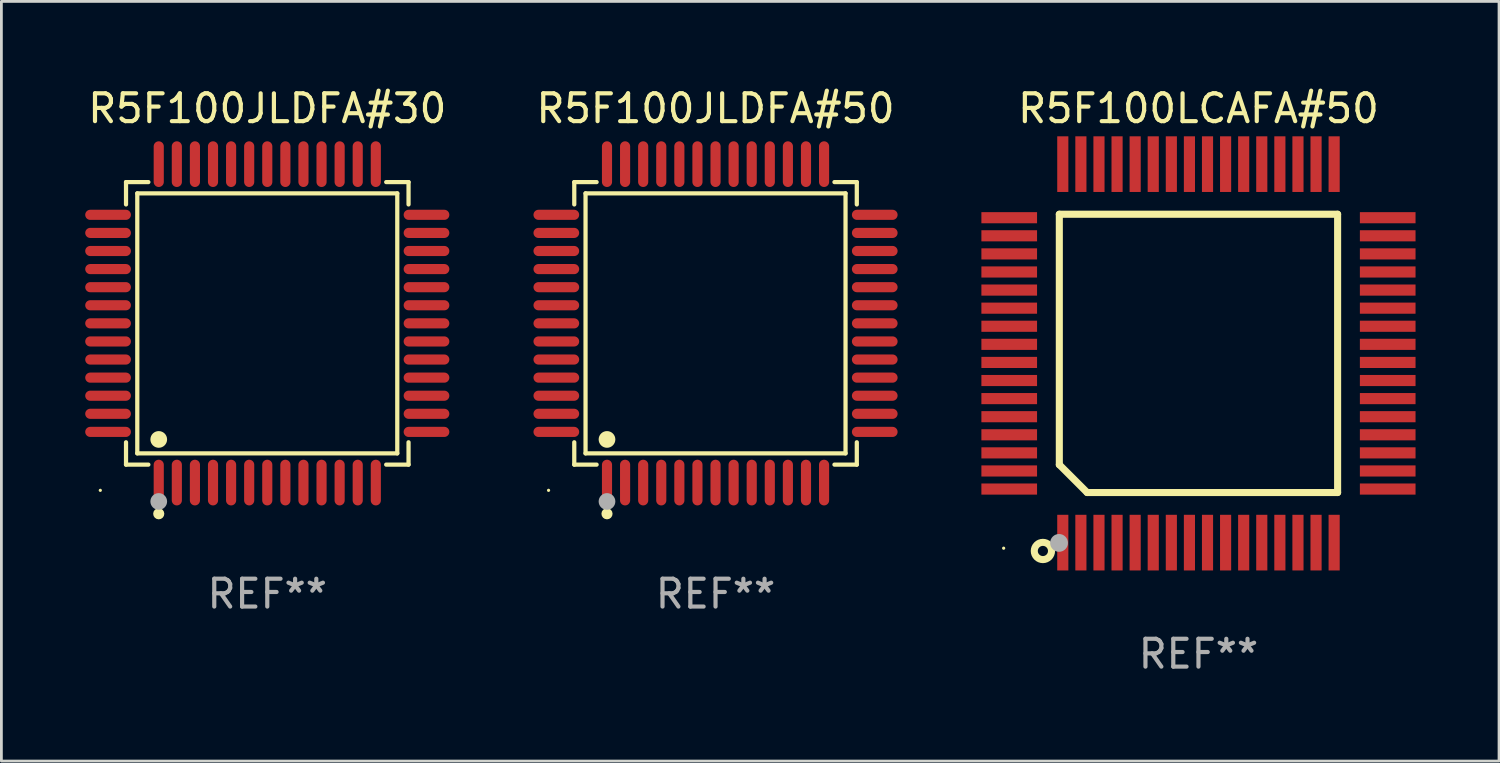
<source format=kicad_pcb>
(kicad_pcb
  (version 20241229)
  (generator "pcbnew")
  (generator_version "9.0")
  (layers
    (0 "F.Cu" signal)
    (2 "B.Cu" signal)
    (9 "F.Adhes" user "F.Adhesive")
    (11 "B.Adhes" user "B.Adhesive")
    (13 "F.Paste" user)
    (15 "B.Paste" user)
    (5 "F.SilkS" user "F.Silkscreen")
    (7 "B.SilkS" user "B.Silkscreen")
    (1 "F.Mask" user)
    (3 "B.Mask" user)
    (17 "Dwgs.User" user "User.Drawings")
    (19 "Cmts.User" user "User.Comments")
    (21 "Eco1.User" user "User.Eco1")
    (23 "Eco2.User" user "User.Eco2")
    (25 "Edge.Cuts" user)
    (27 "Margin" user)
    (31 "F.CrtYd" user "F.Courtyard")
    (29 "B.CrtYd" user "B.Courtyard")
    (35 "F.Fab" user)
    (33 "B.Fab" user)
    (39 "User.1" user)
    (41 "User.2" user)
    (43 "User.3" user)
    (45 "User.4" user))
  (footprint "R5F100LCAFA#50"
    (layer "F.Cu")
    (at 40.014 9.648)
    (property "Reference" "R5F100LCAFA#50" (at 0 -8.8 0) (layer "F.SilkS") (effects (font (size 1 1) (thickness 0.15))))
    (attr through_hole)
    (fp_line (start -5 -5) (end 5 -5) (stroke (width 0.254) (type solid)) (layer "F.SilkS"))
    (fp_line (start -5 4) (end -5 -5) (stroke (width 0.254) (type solid)) (layer "F.SilkS"))
    (fp_line (start -4 5) (end -5 4) (stroke (width 0.254) (type solid)) (layer "F.SilkS"))
    (fp_line (start 5 -5) (end 5 5) (stroke (width 0.254) (type solid)) (layer "F.SilkS"))
    (fp_line (start 5 5) (end -4 5) (stroke (width 0.254) (type solid)) (layer "F.SilkS"))
    (fp_circle (center -7 7) (end -6.97 7) (stroke (width 0.06) (type solid)) (fill no) (layer "F.SilkS"))
    (fp_circle (center -5.59 7.1) (end -5.28 7.1) (stroke (width 0.254) (type solid)) (fill no) (layer "F.SilkS"))
    (fp_circle (center -5.01 6.81) (end -4.85 6.81) (stroke (width 0.32) (type solid)) (fill no) (layer "F.Fab"))
    (fp_text user "REF**" (at 0 10.8 0) (layer "F.Fab") (effects (font (size 1 1) (thickness 0.15))))
    (pad "1" smd rect (at -4.875 6.8) (size 0.4 2) (layers "F.Cu" "F.Mask" "F.Paste"))
    (pad "2" smd rect (at -4.225 6.8) (size 0.4 2) (layers "F.Cu" "F.Mask" "F.Paste"))
    (pad "3" smd rect (at -3.575 6.8) (size 0.4 2) (layers "F.Cu" "F.Mask" "F.Paste"))
    (pad "4" smd rect (at -2.925 6.8) (size 0.4 2) (layers "F.Cu" "F.Mask" "F.Paste"))
    (pad "5" smd rect (at -2.275 6.8) (size 0.4 2) (layers "F.Cu" "F.Mask" "F.Paste"))
    (pad "6" smd rect (at -1.625 6.8) (size 0.4 2) (layers "F.Cu" "F.Mask" "F.Paste"))
    (pad "7" smd rect (at -0.975 6.8) (size 0.4 2) (layers "F.Cu" "F.Mask" "F.Paste"))
    (pad "8" smd rect (at -0.325 6.8) (size 0.4 2) (layers "F.Cu" "F.Mask" "F.Paste"))
    (pad "9" smd rect (at 0.325 6.8) (size 0.4 2) (layers "F.Cu" "F.Mask" "F.Paste"))
    (pad "10" smd rect (at 0.975 6.8) (size 0.4 2) (layers "F.Cu" "F.Mask" "F.Paste"))
    (pad "11" smd rect (at 1.625 6.8) (size 0.4 2) (layers "F.Cu" "F.Mask" "F.Paste"))
    (pad "12" smd rect (at 2.275 6.8) (size 0.4 2) (layers "F.Cu" "F.Mask" "F.Paste"))
    (pad "13" smd rect (at 2.925 6.8) (size 0.4 2) (layers "F.Cu" "F.Mask" "F.Paste"))
    (pad "14" smd rect (at 3.575 6.8) (size 0.4 2) (layers "F.Cu" "F.Mask" "F.Paste"))
    (pad "15" smd rect (at 4.225 6.8) (size 0.4 2) (layers "F.Cu" "F.Mask" "F.Paste"))
    (pad "16" smd rect (at 4.875 6.8) (size 0.4 2) (layers "F.Cu" "F.Mask" "F.Paste"))
    (pad "17" smd rect (at 6.8 4.875) (size 2 0.4) (layers "F.Cu" "F.Mask" "F.Paste"))
    (pad "18" smd rect (at 6.8 4.225) (size 2 0.4) (layers "F.Cu" "F.Mask" "F.Paste"))
    (pad "19" smd rect (at 6.8 3.575) (size 2 0.4) (layers "F.Cu" "F.Mask" "F.Paste"))
    (pad "20" smd rect (at 6.8 2.925) (size 2 0.4) (layers "F.Cu" "F.Mask" "F.Paste"))
    (pad "21" smd rect (at 6.8 2.275) (size 2 0.4) (layers "F.Cu" "F.Mask" "F.Paste"))
    (pad "22" smd rect (at 6.8 1.625) (size 2 0.4) (layers "F.Cu" "F.Mask" "F.Paste"))
    (pad "23" smd rect (at 6.8 0.975) (size 2 0.4) (layers "F.Cu" "F.Mask" "F.Paste"))
    (pad "24" smd rect (at 6.8 0.325) (size 2 0.4) (layers "F.Cu" "F.Mask" "F.Paste"))
    (pad "25" smd rect (at 6.8 -0.325) (size 2 0.4) (layers "F.Cu" "F.Mask" "F.Paste"))
    (pad "26" smd rect (at 6.8 -0.975) (size 2 0.4) (layers "F.Cu" "F.Mask" "F.Paste"))
    (pad "27" smd rect (at 6.8 -1.625) (size 2 0.4) (layers "F.Cu" "F.Mask" "F.Paste"))
    (pad "28" smd rect (at 6.8 -2.275) (size 2 0.4) (layers "F.Cu" "F.Mask" "F.Paste"))
    (pad "29" smd rect (at 6.8 -2.925) (size 2 0.4) (layers "F.Cu" "F.Mask" "F.Paste"))
    (pad "30" smd rect (at 6.8 -3.575) (size 2 0.4) (layers "F.Cu" "F.Mask" "F.Paste"))
    (pad "31" smd rect (at 6.8 -4.225) (size 2 0.4) (layers "F.Cu" "F.Mask" "F.Paste"))
    (pad "32" smd rect (at 6.8 -4.875) (size 2 0.4) (layers "F.Cu" "F.Mask" "F.Paste"))
    (pad "33" smd rect (at 4.875 -6.8) (size 0.4 2) (layers "F.Cu" "F.Mask" "F.Paste"))
    (pad "34" smd rect (at 4.225 -6.8) (size 0.4 2) (layers "F.Cu" "F.Mask" "F.Paste"))
    (pad "35" smd rect (at 3.575 -6.8) (size 0.4 2) (layers "F.Cu" "F.Mask" "F.Paste"))
    (pad "36" smd rect (at 2.925 -6.8) (size 0.4 2) (layers "F.Cu" "F.Mask" "F.Paste"))
    (pad "37" smd rect (at 2.275 -6.8) (size 0.4 2) (layers "F.Cu" "F.Mask" "F.Paste"))
    (pad "38" smd rect (at 1.625 -6.8) (size 0.4 2) (layers "F.Cu" "F.Mask" "F.Paste"))
    (pad "39" smd rect (at 0.975 -6.8) (size 0.4 2) (layers "F.Cu" "F.Mask" "F.Paste"))
    (pad "40" smd rect (at 0.325 -6.8) (size 0.4 2) (layers "F.Cu" "F.Mask" "F.Paste"))
    (pad "41" smd rect (at -0.325 -6.8) (size 0.4 2) (layers "F.Cu" "F.Mask" "F.Paste"))
    (pad "42" smd rect (at -0.975 -6.8) (size 0.4 2) (layers "F.Cu" "F.Mask" "F.Paste"))
    (pad "43" smd rect (at -1.625 -6.8) (size 0.4 2) (layers "F.Cu" "F.Mask" "F.Paste"))
    (pad "44" smd rect (at -2.275 -6.8) (size 0.4 2) (layers "F.Cu" "F.Mask" "F.Paste"))
    (pad "45" smd rect (at -2.925 -6.8) (size 0.4 2) (layers "F.Cu" "F.Mask" "F.Paste"))
    (pad "46" smd rect (at -3.575 -6.8) (size 0.4 2) (layers "F.Cu" "F.Mask" "F.Paste"))
    (pad "47" smd rect (at -4.225 -6.8) (size 0.4 2) (layers "F.Cu" "F.Mask" "F.Paste"))
    (pad "48" smd rect (at -4.875 -6.8) (size 0.4 2) (layers "F.Cu" "F.Mask" "F.Paste"))
    (pad "49" smd rect (at -6.8 -4.875) (size 2 0.4) (layers "F.Cu" "F.Mask" "F.Paste"))
    (pad "50" smd rect (at -6.8 -4.225) (size 2 0.4) (layers "F.Cu" "F.Mask" "F.Paste"))
    (pad "51" smd rect (at -6.8 -3.575) (size 2 0.4) (layers "F.Cu" "F.Mask" "F.Paste"))
    (pad "52" smd rect (at -6.8 -2.925) (size 2 0.4) (layers "F.Cu" "F.Mask" "F.Paste"))
    (pad "53" smd rect (at -6.8 -2.275) (size 2 0.4) (layers "F.Cu" "F.Mask" "F.Paste"))
    (pad "54" smd rect (at -6.8 -1.625) (size 2 0.4) (layers "F.Cu" "F.Mask" "F.Paste"))
    (pad "55" smd rect (at -6.8 -0.975) (size 2 0.4) (layers "F.Cu" "F.Mask" "F.Paste"))
    (pad "56" smd rect (at -6.8 -0.325) (size 2 0.4) (layers "F.Cu" "F.Mask" "F.Paste"))
    (pad "57" smd rect (at -6.8 0.325) (size 2 0.4) (layers "F.Cu" "F.Mask" "F.Paste"))
    (pad "58" smd rect (at -6.8 0.975) (size 2 0.4) (layers "F.Cu" "F.Mask" "F.Paste"))
    (pad "59" smd rect (at -6.8 1.625) (size 2 0.4) (layers "F.Cu" "F.Mask" "F.Paste"))
    (pad "60" smd rect (at -6.8 2.275) (size 2 0.4) (layers "F.Cu" "F.Mask" "F.Paste"))
    (pad "61" smd rect (at -6.8 2.925) (size 2 0.4) (layers "F.Cu" "F.Mask" "F.Paste"))
    (pad "62" smd rect (at -6.8 3.575) (size 2 0.4) (layers "F.Cu" "F.Mask" "F.Paste"))
    (pad "63" smd rect (at -6.8 4.225) (size 2 0.4) (layers "F.Cu" "F.Mask" "F.Paste"))
    (pad "64" smd rect (at -6.8 4.875) (size 2 0.4) (layers "F.Cu" "F.Mask" "F.Paste")))
  (footprint "R5F100JLDFA#50"
    (layer "F.Cu")
    (at 22.661 8.569)
    (property "Reference" "R5F100JLDFA#50" (at 0 -7.721 0) (layer "F.SilkS") (effects (font (size 1 1) (thickness 0.15))))
    (attr through_hole)
    (fp_line (start -5.076 -5.076) (end -4.273 -5.076) (stroke (width 0.152) (type solid)) (layer "F.SilkS"))
    (fp_line (start -5.076 -4.273) (end -5.076 -5.076) (stroke (width 0.152) (type solid)) (layer "F.SilkS"))
    (fp_line (start -5.076 4.273) (end -5.076 5.076) (stroke (width 0.152) (type solid)) (layer "F.SilkS"))
    (fp_line (start -5.076 5.076) (end -4.273 5.076) (stroke (width 0.152) (type solid)) (layer "F.SilkS"))
    (fp_line (start -4.671 -4.671) (end 4.671 -4.671) (stroke (width 0.152) (type solid)) (layer "F.SilkS"))
    (fp_line (start -4.671 4.671) (end -4.671 -4.671) (stroke (width 0.152) (type solid)) (layer "F.SilkS"))
    (fp_line (start 4.671 -4.671) (end 4.671 4.671) (stroke (width 0.152) (type solid)) (layer "F.SilkS"))
    (fp_line (start 4.671 4.671) (end -4.671 4.671) (stroke (width 0.152) (type solid)) (layer "F.SilkS"))
    (fp_line (start 5.076 -5.076) (end 4.273 -5.076) (stroke (width 0.152) (type solid)) (layer "F.SilkS"))
    (fp_line (start 5.076 -4.273) (end 5.076 -5.076) (stroke (width 0.152) (type solid)) (layer "F.SilkS"))
    (fp_line (start 5.076 4.273) (end 5.076 5.076) (stroke (width 0.152) (type solid)) (layer "F.SilkS"))
    (fp_line (start 5.076 5.076) (end 4.273 5.076) (stroke (width 0.152) (type solid)) (layer "F.SilkS"))
    (fp_circle (center -6 6) (end -5.97 6) (stroke (width 0.06) (type solid)) (fill no) (layer "F.SilkS"))
    (fp_circle (center -3.9 4.171) (end -3.75 4.171) (stroke (width 0.3) (type solid)) (fill no) (layer "F.SilkS"))
    (fp_circle (center -3.9 6.842) (end -3.8 6.842) (stroke (width 0.2) (type solid)) (fill no) (layer "F.SilkS"))
    (fp_circle (center -3.9 6.4) (end -3.75 6.4) (stroke (width 0.3) (type solid)) (fill no) (layer "F.Fab"))
    (fp_text user "REF**" (at 0 9.721 0) (layer "F.Fab") (effects (font (size 1 1) (thickness 0.15))))
    (pad "1" smd oval (at -3.9 5.721) (size 0.364 1.642) (layers "F.Cu" "F.Mask" "F.Paste"))
    (pad "2" smd oval (at -3.25 5.721) (size 0.364 1.642) (layers "F.Cu" "F.Mask" "F.Paste"))
    (pad "3" smd oval (at -2.6 5.721) (size 0.364 1.642) (layers "F.Cu" "F.Mask" "F.Paste"))
    (pad "4" smd oval (at -1.95 5.721) (size 0.364 1.642) (layers "F.Cu" "F.Mask" "F.Paste"))
    (pad "5" smd oval (at -1.3 5.721) (size 0.364 1.642) (layers "F.Cu" "F.Mask" "F.Paste"))
    (pad "6" smd oval (at -0.65 5.721) (size 0.364 1.642) (layers "F.Cu" "F.Mask" "F.Paste"))
    (pad "7" smd oval (at 0 5.721) (size 0.364 1.642) (layers "F.Cu" "F.Mask" "F.Paste"))
    (pad "8" smd oval (at 0.65 5.721) (size 0.364 1.642) (layers "F.Cu" "F.Mask" "F.Paste"))
    (pad "9" smd oval (at 1.3 5.721) (size 0.364 1.642) (layers "F.Cu" "F.Mask" "F.Paste"))
    (pad "10" smd oval (at 1.95 5.721) (size 0.364 1.642) (layers "F.Cu" "F.Mask" "F.Paste"))
    (pad "11" smd oval (at 2.6 5.721) (size 0.364 1.642) (layers "F.Cu" "F.Mask" "F.Paste"))
    (pad "12" smd oval (at 3.25 5.721) (size 0.364 1.642) (layers "F.Cu" "F.Mask" "F.Paste"))
    (pad "13" smd oval (at 3.9 5.721) (size 0.364 1.642) (layers "F.Cu" "F.Mask" "F.Paste"))
    (pad "14" smd oval (at 5.721 3.9) (size 1.642 0.364) (layers "F.Cu" "F.Mask" "F.Paste"))
    (pad "15" smd oval (at 5.721 3.25) (size 1.642 0.364) (layers "F.Cu" "F.Mask" "F.Paste"))
    (pad "16" smd oval (at 5.721 2.6) (size 1.642 0.364) (layers "F.Cu" "F.Mask" "F.Paste"))
    (pad "17" smd oval (at 5.721 1.95) (size 1.642 0.364) (layers "F.Cu" "F.Mask" "F.Paste"))
    (pad "18" smd oval (at 5.721 1.3) (size 1.642 0.364) (layers "F.Cu" "F.Mask" "F.Paste"))
    (pad "19" smd oval (at 5.721 0.65) (size 1.642 0.364) (layers "F.Cu" "F.Mask" "F.Paste"))
    (pad "20" smd oval (at 5.721 0) (size 1.642 0.364) (layers "F.Cu" "F.Mask" "F.Paste"))
    (pad "21" smd oval (at 5.721 -0.65) (size 1.642 0.364) (layers "F.Cu" "F.Mask" "F.Paste"))
    (pad "22" smd oval (at 5.721 -1.3) (size 1.642 0.364) (layers "F.Cu" "F.Mask" "F.Paste"))
    (pad "23" smd oval (at 5.721 -1.95) (size 1.642 0.364) (layers "F.Cu" "F.Mask" "F.Paste"))
    (pad "24" smd oval (at 5.721 -2.6) (size 1.642 0.364) (layers "F.Cu" "F.Mask" "F.Paste"))
    (pad "25" smd oval (at 5.721 -3.25) (size 1.642 0.364) (layers "F.Cu" "F.Mask" "F.Paste"))
    (pad "26" smd oval (at 5.721 -3.9) (size 1.642 0.364) (layers "F.Cu" "F.Mask" "F.Paste"))
    (pad "27" smd oval (at 3.9 -5.721) (size 0.364 1.642) (layers "F.Cu" "F.Mask" "F.Paste"))
    (pad "28" smd oval (at 3.25 -5.721) (size 0.364 1.642) (layers "F.Cu" "F.Mask" "F.Paste"))
    (pad "29" smd oval (at 2.6 -5.721) (size 0.364 1.642) (layers "F.Cu" "F.Mask" "F.Paste"))
    (pad "30" smd oval (at 1.95 -5.721) (size 0.364 1.642) (layers "F.Cu" "F.Mask" "F.Paste"))
    (pad "31" smd oval (at 1.3 -5.721) (size 0.364 1.642) (layers "F.Cu" "F.Mask" "F.Paste"))
    (pad "32" smd oval (at 0.65 -5.721) (size 0.364 1.642) (layers "F.Cu" "F.Mask" "F.Paste"))
    (pad "33" smd oval (at 0 -5.721) (size 0.364 1.642) (layers "F.Cu" "F.Mask" "F.Paste"))
    (pad "34" smd oval (at -0.65 -5.721) (size 0.364 1.642) (layers "F.Cu" "F.Mask" "F.Paste"))
    (pad "35" smd oval (at -1.3 -5.721) (size 0.364 1.642) (layers "F.Cu" "F.Mask" "F.Paste"))
    (pad "36" smd oval (at -1.95 -5.721) (size 0.364 1.642) (layers "F.Cu" "F.Mask" "F.Paste"))
    (pad "37" smd oval (at -2.6 -5.721) (size 0.364 1.642) (layers "F.Cu" "F.Mask" "F.Paste"))
    (pad "38" smd oval (at -3.25 -5.721) (size 0.364 1.642) (layers "F.Cu" "F.Mask" "F.Paste"))
    (pad "39" smd oval (at -3.9 -5.721) (size 0.364 1.642) (layers "F.Cu" "F.Mask" "F.Paste"))
    (pad "40" smd oval (at -5.721 -3.9) (size 1.642 0.364) (layers "F.Cu" "F.Mask" "F.Paste"))
    (pad "41" smd oval (at -5.721 -3.25) (size 1.642 0.364) (layers "F.Cu" "F.Mask" "F.Paste"))
    (pad "42" smd oval (at -5.721 -2.6) (size 1.642 0.364) (layers "F.Cu" "F.Mask" "F.Paste"))
    (pad "43" smd oval (at -5.721 -1.95) (size 1.642 0.364) (layers "F.Cu" "F.Mask" "F.Paste"))
    (pad "44" smd oval (at -5.721 -1.3) (size 1.642 0.364) (layers "F.Cu" "F.Mask" "F.Paste"))
    (pad "45" smd oval (at -5.721 -0.65) (size 1.642 0.364) (layers "F.Cu" "F.Mask" "F.Paste"))
    (pad "46" smd oval (at -5.721 0) (size 1.642 0.364) (layers "F.Cu" "F.Mask" "F.Paste"))
    (pad "47" smd oval (at -5.721 0.65) (size 1.642 0.364) (layers "F.Cu" "F.Mask" "F.Paste"))
    (pad "48" smd oval (at -5.721 1.3) (size 1.642 0.364) (layers "F.Cu" "F.Mask" "F.Paste"))
    (pad "49" smd oval (at -5.721 1.95) (size 1.642 0.364) (layers "F.Cu" "F.Mask" "F.Paste"))
    (pad "50" smd oval (at -5.721 2.6) (size 1.642 0.364) (layers "F.Cu" "F.Mask" "F.Paste"))
    (pad "51" smd oval (at -5.721 3.25) (size 1.642 0.364) (layers "F.Cu" "F.Mask" "F.Paste"))
    (pad "52" smd oval (at -5.721 3.9) (size 1.642 0.364) (layers "F.Cu" "F.Mask" "F.Paste")))
  (footprint "R5F100JLDFA#30"
    (layer "F.Cu")
    (at 6.554 8.569)
    (property "Reference" "R5F100JLDFA#30" (at 0 -7.721 0) (layer "F.SilkS") (effects (font (size 1 1) (thickness 0.15))))
    (attr through_hole)
    (fp_line (start -5.076 -5.076) (end -4.273 -5.076) (stroke (width 0.152) (type solid)) (layer "F.SilkS"))
    (fp_line (start -5.076 -4.273) (end -5.076 -5.076) (stroke (width 0.152) (type solid)) (layer "F.SilkS"))
    (fp_line (start -5.076 4.273) (end -5.076 5.076) (stroke (width 0.152) (type solid)) (layer "F.SilkS"))
    (fp_line (start -5.076 5.076) (end -4.273 5.076) (stroke (width 0.152) (type solid)) (layer "F.SilkS"))
    (fp_line (start -4.671 -4.671) (end 4.671 -4.671) (stroke (width 0.152) (type solid)) (layer "F.SilkS"))
    (fp_line (start -4.671 4.671) (end -4.671 -4.671) (stroke (width 0.152) (type solid)) (layer "F.SilkS"))
    (fp_line (start 4.671 -4.671) (end 4.671 4.671) (stroke (width 0.152) (type solid)) (layer "F.SilkS"))
    (fp_line (start 4.671 4.671) (end -4.671 4.671) (stroke (width 0.152) (type solid)) (layer "F.SilkS"))
    (fp_line (start 5.076 -5.076) (end 4.273 -5.076) (stroke (width 0.152) (type solid)) (layer "F.SilkS"))
    (fp_line (start 5.076 -4.273) (end 5.076 -5.076) (stroke (width 0.152) (type solid)) (layer "F.SilkS"))
    (fp_line (start 5.076 4.273) (end 5.076 5.076) (stroke (width 0.152) (type solid)) (layer "F.SilkS"))
    (fp_line (start 5.076 5.076) (end 4.273 5.076) (stroke (width 0.152) (type solid)) (layer "F.SilkS"))
    (fp_circle (center -6 6) (end -5.97 6) (stroke (width 0.06) (type solid)) (fill no) (layer "F.SilkS"))
    (fp_circle (center -3.9 4.171) (end -3.75 4.171) (stroke (width 0.3) (type solid)) (fill no) (layer "F.SilkS"))
    (fp_circle (center -3.9 6.842) (end -3.8 6.842) (stroke (width 0.2) (type solid)) (fill no) (layer "F.SilkS"))
    (fp_circle (center -3.9 6.4) (end -3.75 6.4) (stroke (width 0.3) (type solid)) (fill no) (layer "F.Fab"))
    (fp_text user "REF**" (at 0 9.721 0) (layer "F.Fab") (effects (font (size 1 1) (thickness 0.15))))
    (pad "1" smd oval (at -3.9 5.721) (size 0.364 1.642) (layers "F.Cu" "F.Mask" "F.Paste"))
    (pad "2" smd oval (at -3.25 5.721) (size 0.364 1.642) (layers "F.Cu" "F.Mask" "F.Paste"))
    (pad "3" smd oval (at -2.6 5.721) (size 0.364 1.642) (layers "F.Cu" "F.Mask" "F.Paste"))
    (pad "4" smd oval (at -1.95 5.721) (size 0.364 1.642) (layers "F.Cu" "F.Mask" "F.Paste"))
    (pad "5" smd oval (at -1.3 5.721) (size 0.364 1.642) (layers "F.Cu" "F.Mask" "F.Paste"))
    (pad "6" smd oval (at -0.65 5.721) (size 0.364 1.642) (layers "F.Cu" "F.Mask" "F.Paste"))
    (pad "7" smd oval (at 0 5.721) (size 0.364 1.642) (layers "F.Cu" "F.Mask" "F.Paste"))
    (pad "8" smd oval (at 0.65 5.721) (size 0.364 1.642) (layers "F.Cu" "F.Mask" "F.Paste"))
    (pad "9" smd oval (at 1.3 5.721) (size 0.364 1.642) (layers "F.Cu" "F.Mask" "F.Paste"))
    (pad "10" smd oval (at 1.95 5.721) (size 0.364 1.642) (layers "F.Cu" "F.Mask" "F.Paste"))
    (pad "11" smd oval (at 2.6 5.721) (size 0.364 1.642) (layers "F.Cu" "F.Mask" "F.Paste"))
    (pad "12" smd oval (at 3.25 5.721) (size 0.364 1.642) (layers "F.Cu" "F.Mask" "F.Paste"))
    (pad "13" smd oval (at 3.9 5.721) (size 0.364 1.642) (layers "F.Cu" "F.Mask" "F.Paste"))
    (pad "14" smd oval (at 5.721 3.9) (size 1.642 0.364) (layers "F.Cu" "F.Mask" "F.Paste"))
    (pad "15" smd oval (at 5.721 3.25) (size 1.642 0.364) (layers "F.Cu" "F.Mask" "F.Paste"))
    (pad "16" smd oval (at 5.721 2.6) (size 1.642 0.364) (layers "F.Cu" "F.Mask" "F.Paste"))
    (pad "17" smd oval (at 5.721 1.95) (size 1.642 0.364) (layers "F.Cu" "F.Mask" "F.Paste"))
    (pad "18" smd oval (at 5.721 1.3) (size 1.642 0.364) (layers "F.Cu" "F.Mask" "F.Paste"))
    (pad "19" smd oval (at 5.721 0.65) (size 1.642 0.364) (layers "F.Cu" "F.Mask" "F.Paste"))
    (pad "20" smd oval (at 5.721 0) (size 1.642 0.364) (layers "F.Cu" "F.Mask" "F.Paste"))
    (pad "21" smd oval (at 5.721 -0.65) (size 1.642 0.364) (layers "F.Cu" "F.Mask" "F.Paste"))
    (pad "22" smd oval (at 5.721 -1.3) (size 1.642 0.364) (layers "F.Cu" "F.Mask" "F.Paste"))
    (pad "23" smd oval (at 5.721 -1.95) (size 1.642 0.364) (layers "F.Cu" "F.Mask" "F.Paste"))
    (pad "24" smd oval (at 5.721 -2.6) (size 1.642 0.364) (layers "F.Cu" "F.Mask" "F.Paste"))
    (pad "25" smd oval (at 5.721 -3.25) (size 1.642 0.364) (layers "F.Cu" "F.Mask" "F.Paste"))
    (pad "26" smd oval (at 5.721 -3.9) (size 1.642 0.364) (layers "F.Cu" "F.Mask" "F.Paste"))
    (pad "27" smd oval (at 3.9 -5.721) (size 0.364 1.642) (layers "F.Cu" "F.Mask" "F.Paste"))
    (pad "28" smd oval (at 3.25 -5.721) (size 0.364 1.642) (layers "F.Cu" "F.Mask" "F.Paste"))
    (pad "29" smd oval (at 2.6 -5.721) (size 0.364 1.642) (layers "F.Cu" "F.Mask" "F.Paste"))
    (pad "30" smd oval (at 1.95 -5.721) (size 0.364 1.642) (layers "F.Cu" "F.Mask" "F.Paste"))
    (pad "31" smd oval (at 1.3 -5.721) (size 0.364 1.642) (layers "F.Cu" "F.Mask" "F.Paste"))
    (pad "32" smd oval (at 0.65 -5.721) (size 0.364 1.642) (layers "F.Cu" "F.Mask" "F.Paste"))
    (pad "33" smd oval (at 0 -5.721) (size 0.364 1.642) (layers "F.Cu" "F.Mask" "F.Paste"))
    (pad "34" smd oval (at -0.65 -5.721) (size 0.364 1.642) (layers "F.Cu" "F.Mask" "F.Paste"))
    (pad "35" smd oval (at -1.3 -5.721) (size 0.364 1.642) (layers "F.Cu" "F.Mask" "F.Paste"))
    (pad "36" smd oval (at -1.95 -5.721) (size 0.364 1.642) (layers "F.Cu" "F.Mask" "F.Paste"))
    (pad "37" smd oval (at -2.6 -5.721) (size 0.364 1.642) (layers "F.Cu" "F.Mask" "F.Paste"))
    (pad "38" smd oval (at -3.25 -5.721) (size 0.364 1.642) (layers "F.Cu" "F.Mask" "F.Paste"))
    (pad "39" smd oval (at -3.9 -5.721) (size 0.364 1.642) (layers "F.Cu" "F.Mask" "F.Paste"))
    (pad "40" smd oval (at -5.721 -3.9) (size 1.642 0.364) (layers "F.Cu" "F.Mask" "F.Paste"))
    (pad "41" smd oval (at -5.721 -3.25) (size 1.642 0.364) (layers "F.Cu" "F.Mask" "F.Paste"))
    (pad "42" smd oval (at -5.721 -2.6) (size 1.642 0.364) (layers "F.Cu" "F.Mask" "F.Paste"))
    (pad "43" smd oval (at -5.721 -1.95) (size 1.642 0.364) (layers "F.Cu" "F.Mask" "F.Paste"))
    (pad "44" smd oval (at -5.721 -1.3) (size 1.642 0.364) (layers "F.Cu" "F.Mask" "F.Paste"))
    (pad "45" smd oval (at -5.721 -0.65) (size 1.642 0.364) (layers "F.Cu" "F.Mask" "F.Paste"))
    (pad "46" smd oval (at -5.721 0) (size 1.642 0.364) (layers "F.Cu" "F.Mask" "F.Paste"))
    (pad "47" smd oval (at -5.721 0.65) (size 1.642 0.364) (layers "F.Cu" "F.Mask" "F.Paste"))
    (pad "48" smd oval (at -5.721 1.3) (size 1.642 0.364) (layers "F.Cu" "F.Mask" "F.Paste"))
    (pad "49" smd oval (at -5.721 1.95) (size 1.642 0.364) (layers "F.Cu" "F.Mask" "F.Paste"))
    (pad "50" smd oval (at -5.721 2.6) (size 1.642 0.364) (layers "F.Cu" "F.Mask" "F.Paste"))
    (pad "51" smd oval (at -5.721 3.25) (size 1.642 0.364) (layers "F.Cu" "F.Mask" "F.Paste"))
    (pad "52" smd oval (at -5.721 3.9) (size 1.642 0.364) (layers "F.Cu" "F.Mask" "F.Paste")))
  (gr_rect
    (start -3 -3)
    (end 50.814 24.297)
    (stroke (width 0.1) (type default))
    (fill no)
    (layer "Edge.Cuts")))
</source>
